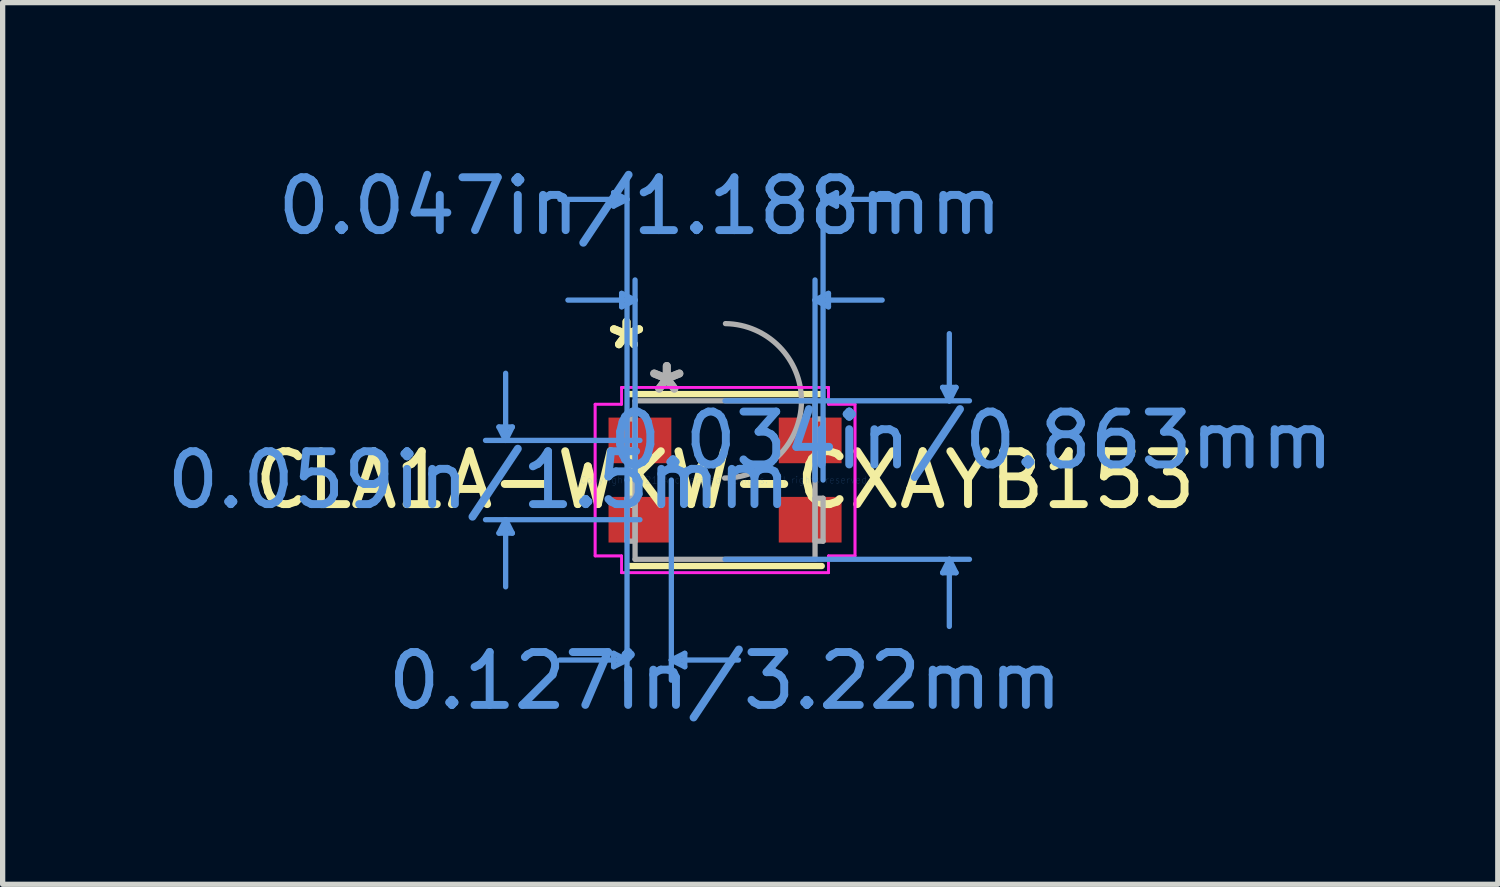
<source format=kicad_pcb>
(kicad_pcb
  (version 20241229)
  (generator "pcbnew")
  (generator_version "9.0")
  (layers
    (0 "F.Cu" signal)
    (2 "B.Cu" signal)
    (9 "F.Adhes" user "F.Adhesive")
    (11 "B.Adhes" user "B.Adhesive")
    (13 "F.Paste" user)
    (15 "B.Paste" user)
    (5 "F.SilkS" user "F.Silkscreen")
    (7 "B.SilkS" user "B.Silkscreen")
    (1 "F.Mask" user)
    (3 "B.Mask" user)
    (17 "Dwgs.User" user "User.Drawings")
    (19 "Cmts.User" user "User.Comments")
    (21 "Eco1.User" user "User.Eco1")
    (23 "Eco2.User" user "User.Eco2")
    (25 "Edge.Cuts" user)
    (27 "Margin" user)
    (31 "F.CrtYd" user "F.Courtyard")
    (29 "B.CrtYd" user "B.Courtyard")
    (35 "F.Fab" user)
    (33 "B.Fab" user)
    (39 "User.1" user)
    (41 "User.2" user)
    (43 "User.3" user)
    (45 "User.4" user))
  (footprint "CLA1A-WKW-CXAYB153"
    (layer "F.Cu")
    (at 10.664 6.03)
    (property "Reference" "CLA1A-WKW-CXAYB153" (at 0 0 0) (layer "F.SilkS") (effects (font (size 1 1) (thickness 0.15))))
    (attr through_hole)
    (fp_line (start -1.829 1.626) (end 1.829 1.626) (stroke (width 0.12) (type solid)) (layer "F.SilkS"))
    (fp_line (start 1.829 -1.626) (end -1.829 -1.626) (stroke (width 0.12) (type solid)) (layer "F.SilkS"))
    (fp_line (start -4.277 -1.004) (end -4.023 -1.004) (stroke (width 0.1) (type solid)) (layer "Cmts.User"))
    (fp_line (start -4.277 1.004) (end -4.023 1.004) (stroke (width 0.1) (type solid)) (layer "Cmts.User"))
    (fp_line (start -4.15 -0.75) (end -4.277 -1.004) (stroke (width 0.1) (type solid)) (layer "Cmts.User"))
    (fp_line (start -4.15 -0.75) (end -4.15 -2.02) (stroke (width 0.1) (type solid)) (layer "Cmts.User"))
    (fp_line (start -4.15 -0.75) (end -4.023 -1.004) (stroke (width 0.1) (type solid)) (layer "Cmts.User"))
    (fp_line (start -4.15 0.75) (end -4.277 1.004) (stroke (width 0.1) (type solid)) (layer "Cmts.User"))
    (fp_line (start -4.15 0.75) (end -4.15 2.02) (stroke (width 0.1) (type solid)) (layer "Cmts.User"))
    (fp_line (start -4.15 0.75) (end -4.023 1.004) (stroke (width 0.1) (type solid)) (layer "Cmts.User"))
    (fp_line (start -2.108 -5.436) (end -2.108 -5.182) (stroke (width 0.1) (type solid)) (layer "Cmts.User"))
    (fp_line (start -2.108 3.277) (end -2.108 3.531) (stroke (width 0.1) (type solid)) (layer "Cmts.User"))
    (fp_line (start -1.956 -3.531) (end -1.956 -3.277) (stroke (width 0.1) (type solid)) (layer "Cmts.User"))
    (fp_line (start -1.854 -5.309) (end -3.124 -5.309) (stroke (width 0.1) (type solid)) (layer "Cmts.User"))
    (fp_line (start -1.854 -5.309) (end -2.108 -5.436) (stroke (width 0.1) (type solid)) (layer "Cmts.User"))
    (fp_line (start -1.854 -5.309) (end -2.108 -5.182) (stroke (width 0.1) (type solid)) (layer "Cmts.User"))
    (fp_line (start -1.854 0) (end -1.854 -5.69) (stroke (width 0.1) (type solid)) (layer "Cmts.User"))
    (fp_line (start -1.854 0) (end -1.854 3.785) (stroke (width 0.1) (type solid)) (layer "Cmts.User"))
    (fp_line (start -1.854 3.404) (end -3.124 3.404) (stroke (width 0.1) (type solid)) (layer "Cmts.User"))
    (fp_line (start -1.854 3.404) (end -2.108 3.277) (stroke (width 0.1) (type solid)) (layer "Cmts.User"))
    (fp_line (start -1.854 3.404) (end -2.108 3.531) (stroke (width 0.1) (type solid)) (layer "Cmts.User"))
    (fp_line (start -1.702 -3.404) (end -2.972 -3.404) (stroke (width 0.1) (type solid)) (layer "Cmts.User"))
    (fp_line (start -1.702 -3.404) (end -1.956 -3.531) (stroke (width 0.1) (type solid)) (layer "Cmts.User"))
    (fp_line (start -1.702 -3.404) (end -1.956 -3.277) (stroke (width 0.1) (type solid)) (layer "Cmts.User"))
    (fp_line (start -1.702 0) (end -1.702 -3.785) (stroke (width 0.1) (type solid)) (layer "Cmts.User"))
    (fp_line (start -1.61 -0.75) (end -4.531 -0.75) (stroke (width 0.1) (type solid)) (layer "Cmts.User"))
    (fp_line (start -1.61 0.75) (end -4.531 0.75) (stroke (width 0.1) (type solid)) (layer "Cmts.User"))
    (fp_line (start -1.016 0) (end -1.016 3.785) (stroke (width 0.1) (type solid)) (layer "Cmts.User"))
    (fp_line (start -1.016 3.404) (end -0.762 3.277) (stroke (width 0.1) (type solid)) (layer "Cmts.User"))
    (fp_line (start -1.016 3.404) (end -0.762 3.531) (stroke (width 0.1) (type solid)) (layer "Cmts.User"))
    (fp_line (start -1.016 3.404) (end 0.254 3.404) (stroke (width 0.1) (type solid)) (layer "Cmts.User"))
    (fp_line (start -0.762 3.277) (end -0.762 3.531) (stroke (width 0.1) (type solid)) (layer "Cmts.User"))
    (fp_line (start 0 -1.499) (end 4.623 -1.499) (stroke (width 0.1) (type solid)) (layer "Cmts.User"))
    (fp_line (start 0 1.499) (end 4.623 1.499) (stroke (width 0.1) (type solid)) (layer "Cmts.User"))
    (fp_line (start 1.702 -3.404) (end 1.956 -3.531) (stroke (width 0.1) (type solid)) (layer "Cmts.User"))
    (fp_line (start 1.702 -3.404) (end 1.956 -3.277) (stroke (width 0.1) (type solid)) (layer "Cmts.User"))
    (fp_line (start 1.702 -3.404) (end 2.972 -3.404) (stroke (width 0.1) (type solid)) (layer "Cmts.User"))
    (fp_line (start 1.702 0) (end 1.702 -3.785) (stroke (width 0.1) (type solid)) (layer "Cmts.User"))
    (fp_line (start 1.854 -5.309) (end 2.108 -5.436) (stroke (width 0.1) (type solid)) (layer "Cmts.User"))
    (fp_line (start 1.854 -5.309) (end 2.108 -5.182) (stroke (width 0.1) (type solid)) (layer "Cmts.User"))
    (fp_line (start 1.854 -5.309) (end 3.124 -5.309) (stroke (width 0.1) (type solid)) (layer "Cmts.User"))
    (fp_line (start 1.854 0) (end 1.854 -5.69) (stroke (width 0.1) (type solid)) (layer "Cmts.User"))
    (fp_line (start 1.956 -3.531) (end 1.956 -3.277) (stroke (width 0.1) (type solid)) (layer "Cmts.User"))
    (fp_line (start 2.108 -5.436) (end 2.108 -5.182) (stroke (width 0.1) (type solid)) (layer "Cmts.User"))
    (fp_line (start 4.115 -1.753) (end 4.369 -1.753) (stroke (width 0.1) (type solid)) (layer "Cmts.User"))
    (fp_line (start 4.115 1.753) (end 4.369 1.753) (stroke (width 0.1) (type solid)) (layer "Cmts.User"))
    (fp_line (start 4.242 -1.499) (end 4.115 -1.753) (stroke (width 0.1) (type solid)) (layer "Cmts.User"))
    (fp_line (start 4.242 -1.499) (end 4.242 -2.769) (stroke (width 0.1) (type solid)) (layer "Cmts.User"))
    (fp_line (start 4.242 -1.499) (end 4.369 -1.753) (stroke (width 0.1) (type solid)) (layer "Cmts.User"))
    (fp_line (start 4.242 1.499) (end 4.115 1.753) (stroke (width 0.1) (type solid)) (layer "Cmts.User"))
    (fp_line (start 4.242 1.499) (end 4.242 2.769) (stroke (width 0.1) (type solid)) (layer "Cmts.User"))
    (fp_line (start 4.242 1.499) (end 4.369 1.753) (stroke (width 0.1) (type solid)) (layer "Cmts.User"))
    (fp_line (start -2.458 -1.435) (end -1.956 -1.435) (stroke (width 0.05) (type solid)) (layer "F.CrtYd"))
    (fp_line (start -2.458 -1.435) (end -1.956 -1.435) (stroke (width 0.05) (type solid)) (layer "F.CrtYd"))
    (fp_line (start -2.458 1.435) (end -2.458 -1.435) (stroke (width 0.05) (type solid)) (layer "F.CrtYd"))
    (fp_line (start -2.458 1.435) (end -2.458 -1.435) (stroke (width 0.05) (type solid)) (layer "F.CrtYd"))
    (fp_line (start -2.458 1.435) (end -1.956 1.435) (stroke (width 0.05) (type solid)) (layer "F.CrtYd"))
    (fp_line (start -1.956 -1.753) (end 1.956 -1.753) (stroke (width 0.05) (type solid)) (layer "F.CrtYd"))
    (fp_line (start -1.956 -1.753) (end 1.956 -1.753) (stroke (width 0.05) (type solid)) (layer "F.CrtYd"))
    (fp_line (start -1.956 -1.435) (end -1.956 -1.753) (stroke (width 0.05) (type solid)) (layer "F.CrtYd"))
    (fp_line (start -1.956 -1.435) (end -1.956 -1.753) (stroke (width 0.05) (type solid)) (layer "F.CrtYd"))
    (fp_line (start -1.956 1.435) (end -2.458 1.435) (stroke (width 0.05) (type solid)) (layer "F.CrtYd"))
    (fp_line (start -1.956 1.753) (end -1.956 1.435) (stroke (width 0.05) (type solid)) (layer "F.CrtYd"))
    (fp_line (start -1.956 1.753) (end -1.956 1.435) (stroke (width 0.05) (type solid)) (layer "F.CrtYd"))
    (fp_line (start 1.956 -1.753) (end 1.956 -1.435) (stroke (width 0.05) (type solid)) (layer "F.CrtYd"))
    (fp_line (start 1.956 -1.753) (end 1.956 -1.435) (stroke (width 0.05) (type solid)) (layer "F.CrtYd"))
    (fp_line (start 1.956 -1.435) (end 2.458 -1.435) (stroke (width 0.05) (type solid)) (layer "F.CrtYd"))
    (fp_line (start 1.956 1.435) (end 1.956 1.753) (stroke (width 0.05) (type solid)) (layer "F.CrtYd"))
    (fp_line (start 1.956 1.435) (end 1.956 1.753) (stroke (width 0.05) (type solid)) (layer "F.CrtYd"))
    (fp_line (start 1.956 1.753) (end -1.956 1.753) (stroke (width 0.05) (type solid)) (layer "F.CrtYd"))
    (fp_line (start 1.956 1.753) (end -1.956 1.753) (stroke (width 0.05) (type solid)) (layer "F.CrtYd"))
    (fp_line (start 2.458 -1.435) (end 1.956 -1.435) (stroke (width 0.05) (type solid)) (layer "F.CrtYd"))
    (fp_line (start 2.458 -1.435) (end 2.458 1.435) (stroke (width 0.05) (type solid)) (layer "F.CrtYd"))
    (fp_line (start 2.458 -1.435) (end 2.458 1.435) (stroke (width 0.05) (type solid)) (layer "F.CrtYd"))
    (fp_line (start 2.458 1.435) (end 1.956 1.435) (stroke (width 0.05) (type solid)) (layer "F.CrtYd"))
    (fp_line (start 2.458 1.435) (end 1.956 1.435) (stroke (width 0.05) (type solid)) (layer "F.CrtYd"))
    (fp_line (start -1.854 -1.156) (end -1.854 -0.344) (stroke (width 0.1) (type solid)) (layer "F.Fab"))
    (fp_line (start -1.854 -0.344) (end -1.702 -0.344) (stroke (width 0.1) (type solid)) (layer "F.Fab"))
    (fp_line (start -1.854 0.344) (end -1.854 1.156) (stroke (width 0.1) (type solid)) (layer "F.Fab"))
    (fp_line (start -1.854 1.156) (end -1.702 1.156) (stroke (width 0.1) (type solid)) (layer "F.Fab"))
    (fp_line (start -1.702 -1.499) (end -1.702 1.499) (stroke (width 0.1) (type solid)) (layer "F.Fab"))
    (fp_line (start -1.702 -1.156) (end -1.854 -1.156) (stroke (width 0.1) (type solid)) (layer "F.Fab"))
    (fp_line (start -1.702 -0.344) (end -1.702 -1.156) (stroke (width 0.1) (type solid)) (layer "F.Fab"))
    (fp_line (start -1.702 0.344) (end -1.854 0.344) (stroke (width 0.1) (type solid)) (layer "F.Fab"))
    (fp_line (start -1.702 1.156) (end -1.702 0.344) (stroke (width 0.1) (type solid)) (layer "F.Fab"))
    (fp_line (start -1.702 1.499) (end 1.702 1.499) (stroke (width 0.1) (type solid)) (layer "F.Fab"))
    (fp_line (start 1.702 -1.499) (end -1.702 -1.499) (stroke (width 0.1) (type solid)) (layer "F.Fab"))
    (fp_line (start 1.702 -1.156) (end 1.702 -0.344) (stroke (width 0.1) (type solid)) (layer "F.Fab"))
    (fp_line (start 1.702 -0.344) (end 1.854 -0.344) (stroke (width 0.1) (type solid)) (layer "F.Fab"))
    (fp_line (start 1.702 0.344) (end 1.702 1.156) (stroke (width 0.1) (type solid)) (layer "F.Fab"))
    (fp_line (start 1.702 1.156) (end 1.854 1.156) (stroke (width 0.1) (type solid)) (layer "F.Fab"))
    (fp_line (start 1.702 1.499) (end 1.702 -1.499) (stroke (width 0.1) (type solid)) (layer "F.Fab"))
    (fp_line (start 1.854 -1.156) (end 1.702 -1.156) (stroke (width 0.1) (type solid)) (layer "F.Fab"))
    (fp_line (start 1.854 -0.344) (end 1.854 -1.156) (stroke (width 0.1) (type solid)) (layer "F.Fab"))
    (fp_line (start 1.854 0.344) (end 1.702 0.344) (stroke (width 0.1) (type solid)) (layer "F.Fab"))
    (fp_line (start 1.854 1.156) (end 1.854 0.344) (stroke (width 0.1) (type solid)) (layer "F.Fab"))
    (fp_arc (start 0.007742 -2.959136) (mid 1.460536 -1.490858) (end -0.007742 -0.038064) (stroke (width 0.1) (type solid)) (layer "F.Fab"))
    (fp_text user "*" (at -1.864 -2.451 0) (layer "F.SilkS") (effects (font (size 1 1) (thickness 0.15))))
    (fp_text user "*" (at -1.864 -2.451 0) (layer "F.SilkS") (effects (font (size 1 1) (thickness 0.15))))
    (fp_text user "0.047in/1.188mm" (at -1.61 -5.182 0) (layer "Cmts.User") (effects (font (size 1 1) (thickness 0.15))))
    (fp_text user "0.034in/0.863mm" (at 4.658 -0.75 0) (layer "Cmts.User") (effects (font (size 1 1) (thickness 0.15))))
    (fp_text user "0.127in/3.22mm" (at 0 3.798 0) (layer "Cmts.User") (effects (font (size 1 1) (thickness 0.15))))
    (fp_text user "0.059in/1.5mm" (at -4.658 0 0) (layer "Cmts.User") (effects (font (size 1 1) (thickness 0.15))))
    (fp_text user "Copyright 2021 Accelerated Designs. All rights reserved." (at 0 0 0) (layer "Cmts.User") (effects (font (size 0.127 0.127) (thickness 0.002))))
    (fp_text user "*" (at -1.102 -1.613 0) (layer "F.Fab") (effects (font (size 1 1) (thickness 0.15))))
    (fp_text user "*" (at -1.102 -1.613 0) (layer "F.Fab") (effects (font (size 1 1) (thickness 0.15))))
    (pad "1" smd rect (at -1.61 -0.75) (size 1.188 0.863) (layers "F.Cu" "F.Mask" "F.Paste"))
    (pad "2" smd rect (at -1.61 0.75) (size 1.188 0.863) (layers "F.Cu" "F.Mask" "F.Paste"))
    (pad "3" smd rect (at 1.61 0.75) (size 1.188 0.863) (layers "F.Cu" "F.Mask" "F.Paste"))
    (pad "4" smd rect (at 1.61 -0.75) (size 1.188 0.863) (layers "F.Cu" "F.Mask" "F.Paste")))
  (gr_rect
    (start -3 -3)
    (end 25.28 13.676)
    (stroke (width 0.1) (type default))
    (fill no)
    (layer "Edge.Cuts")))
</source>
